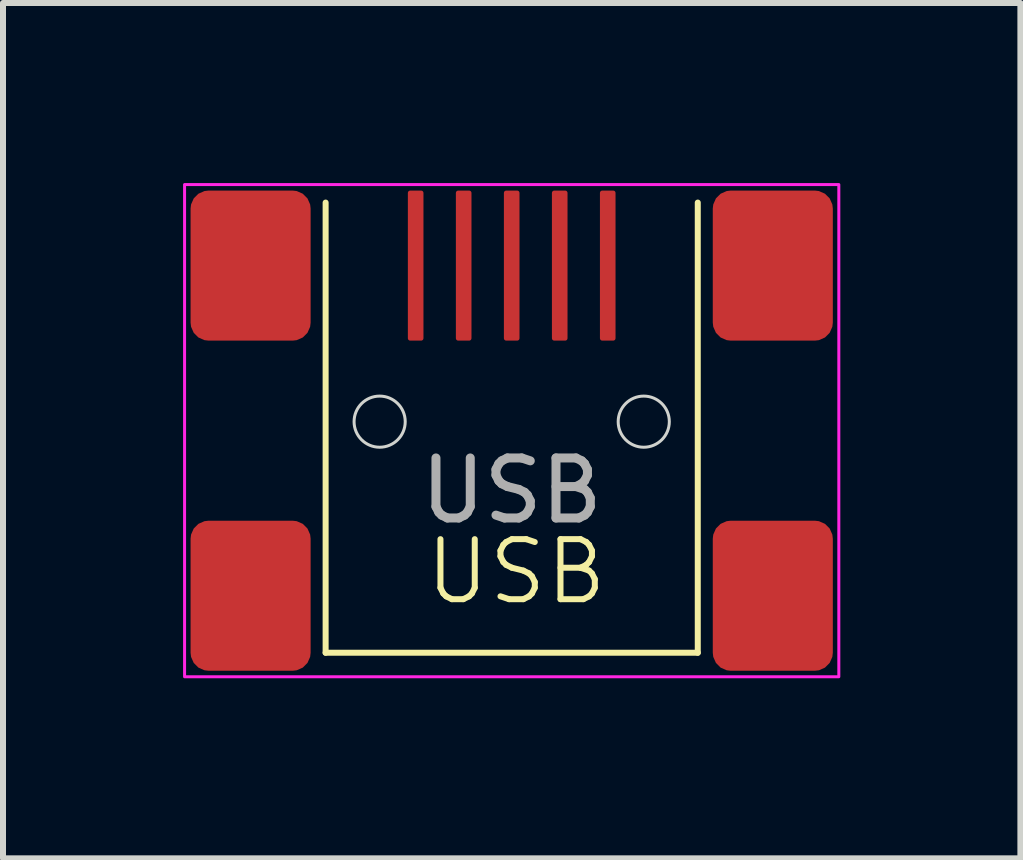
<source format=kicad_pcb>
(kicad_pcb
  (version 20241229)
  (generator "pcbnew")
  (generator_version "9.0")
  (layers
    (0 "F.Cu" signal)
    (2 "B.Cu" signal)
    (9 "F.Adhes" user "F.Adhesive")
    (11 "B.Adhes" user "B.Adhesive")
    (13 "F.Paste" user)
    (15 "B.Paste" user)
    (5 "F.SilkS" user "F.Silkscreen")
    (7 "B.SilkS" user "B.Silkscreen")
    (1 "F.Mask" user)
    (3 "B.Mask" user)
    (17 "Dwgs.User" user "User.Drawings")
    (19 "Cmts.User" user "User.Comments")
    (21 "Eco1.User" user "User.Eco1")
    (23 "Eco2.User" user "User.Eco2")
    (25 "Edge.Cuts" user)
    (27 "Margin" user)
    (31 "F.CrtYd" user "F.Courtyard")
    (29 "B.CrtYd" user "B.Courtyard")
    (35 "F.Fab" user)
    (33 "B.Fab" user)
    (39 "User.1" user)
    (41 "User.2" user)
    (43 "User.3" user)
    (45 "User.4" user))
  (footprint "USB"
    (layer "F.Cu")
    (at 5.475 2.625)
    (property "Reference" "USB" (at 0.075 3.85 0) (unlocked yes) (layer "F.SilkS") (effects (font (size 1 1) (thickness 0.1))))
    (attr board_only exclude_from_pos_files exclude_from_bom)
    (fp_line (start -3.1 -2.3) (end -3.1 5.2) (stroke (width 0.1) (type default)) (layer "F.SilkS"))
    (fp_line (start -3.1 5.2) (end 3.1 5.2) (stroke (width 0.1) (type default)) (layer "F.SilkS"))
    (fp_line (start 3.1 -2.3) (end 3.1 5.2) (stroke (width 0.1) (type default)) (layer "F.SilkS"))
    (fp_circle (center -2.2 1.35) (end -1.774 1.35) (stroke (width 0.05) (type solid)) (fill no) (layer "Edge.Cuts"))
    (fp_circle (center 2.2 1.35) (end 2.626 1.35) (stroke (width 0.05) (type solid)) (fill no) (layer "Edge.Cuts"))
    (fp_rect (start -5.45 -2.6) (end 5.45 5.6) (stroke (width 0.05) (type default)) (fill no) (layer "F.CrtYd"))
    (fp_text user "${REFERENCE}" (at 0 2.5 0) (unlocked yes) (layer "F.Fab") (effects (font (size 1 1) (thickness 0.15))))
    (pad "1" smd roundrect (at -1.6 -1.25) (size 0.26 2.5) (layers "F.Cu" "F.Mask" "F.Paste") (roundrect_rratio 0.15))
    (pad "2" smd roundrect (at -0.8 -1.25) (size 0.26 2.5) (layers "F.Cu" "F.Mask" "F.Paste") (roundrect_rratio 0.15))
    (pad "3" smd roundrect (at 0 -1.25) (size 0.26 2.5) (layers "F.Cu" "F.Mask" "F.Paste") (roundrect_rratio 0.15))
    (pad "4" smd roundrect (at 0.8 -1.25) (size 0.26 2.5) (layers "F.Cu" "F.Mask" "F.Paste") (roundrect_rratio 0.15))
    (pad "5" smd roundrect (at 1.6 -1.25) (size 0.26 2.5) (layers "F.Cu" "F.Mask" "F.Paste") (roundrect_rratio 0.15))
    (pad "6" smd roundrect (at -4.35 -1.25) (size 2 2.5) (layers "F.Cu" "F.Mask" "F.Paste") (roundrect_rratio 0.15))
    (pad "6" smd roundrect (at -4.35 4.25) (size 2 2.5) (layers "F.Cu" "F.Mask" "F.Paste") (roundrect_rratio 0.15))
    (pad "6" smd roundrect (at 4.35 -1.25) (size 2 2.5) (layers "F.Cu" "F.Mask" "F.Paste") (roundrect_rratio 0.15))
    (pad "6" smd roundrect (at 4.35 4.25) (size 2 2.5) (layers "F.Cu" "F.Mask" "F.Paste") (roundrect_rratio 0.15)))
  (gr_rect
    (start -3 -3)
    (end 13.95 11.25)
    (stroke (width 0.1) (type default))
    (fill no)
    (layer "Edge.Cuts")))
</source>
